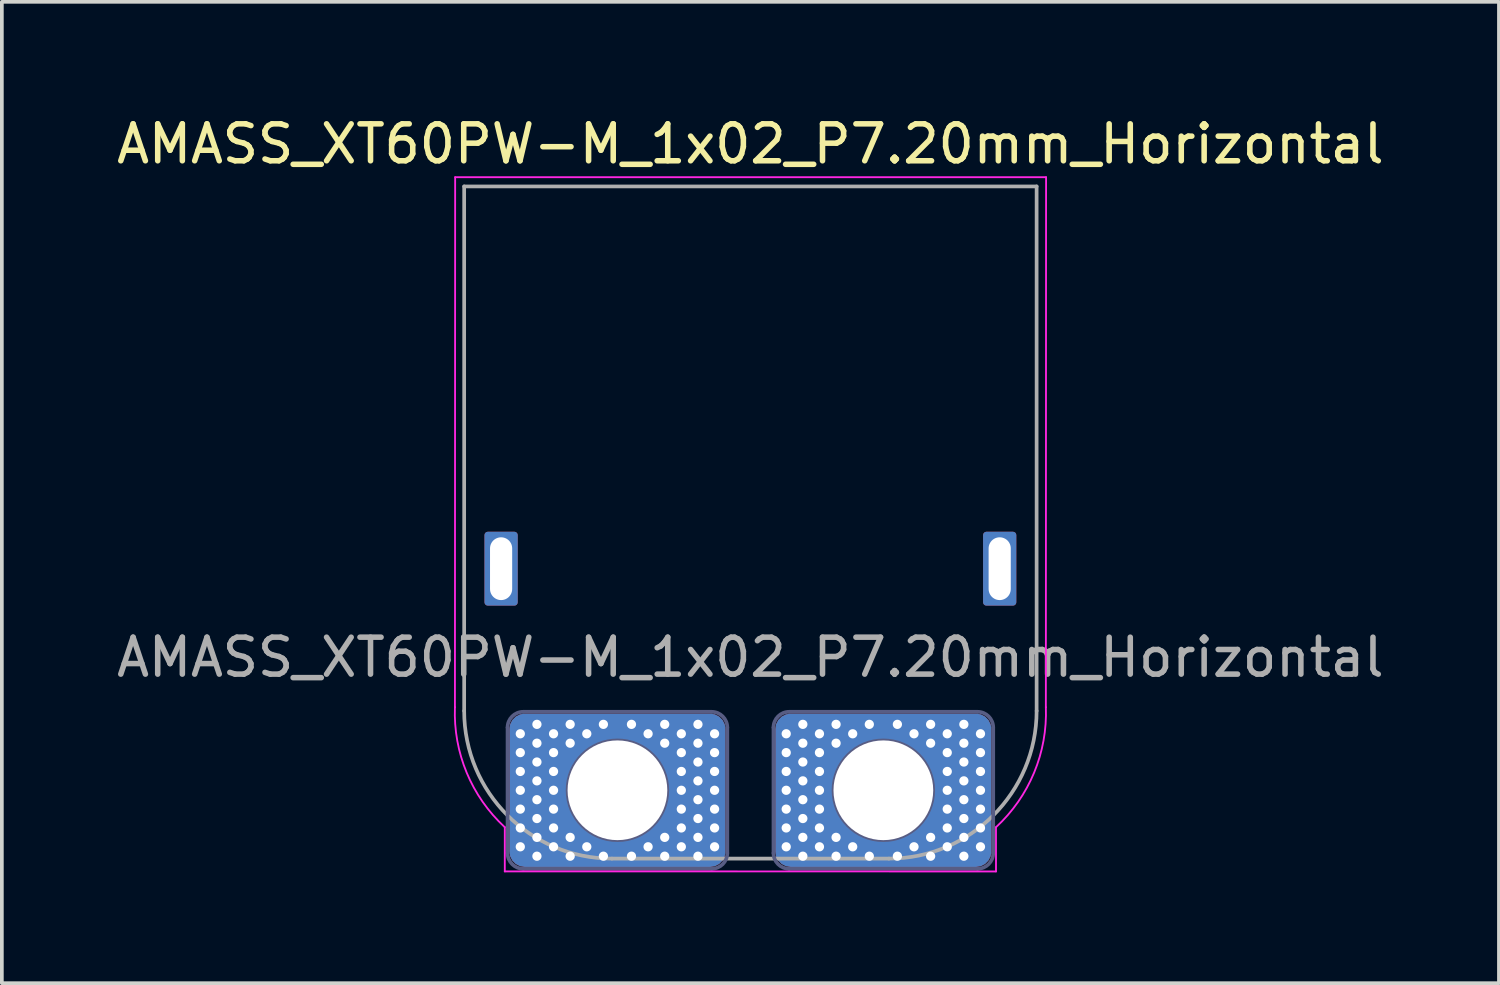
<source format=kicad_pcb>
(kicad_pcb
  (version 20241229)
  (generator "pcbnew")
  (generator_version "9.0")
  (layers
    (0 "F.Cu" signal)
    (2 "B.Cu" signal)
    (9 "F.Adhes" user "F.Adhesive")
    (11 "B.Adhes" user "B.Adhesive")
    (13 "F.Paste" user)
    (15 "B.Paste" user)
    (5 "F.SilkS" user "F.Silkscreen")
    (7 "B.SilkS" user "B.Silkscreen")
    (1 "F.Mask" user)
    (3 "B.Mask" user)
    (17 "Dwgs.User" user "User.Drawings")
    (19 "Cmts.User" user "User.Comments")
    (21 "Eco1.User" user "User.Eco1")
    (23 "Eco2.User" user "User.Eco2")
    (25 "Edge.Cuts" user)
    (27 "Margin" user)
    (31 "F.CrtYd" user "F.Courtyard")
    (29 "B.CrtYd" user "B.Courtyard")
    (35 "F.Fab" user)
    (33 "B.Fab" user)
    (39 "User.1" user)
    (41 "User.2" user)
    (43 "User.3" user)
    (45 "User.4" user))
  (footprint "AMASS_XT60PW-M_1x02_P7.20mm_Horizontal"
    (layer "F.Cu")
    (at 13.668 18.348)
    (property "Reference" "AMASS_XT60PW-M_1x02_P7.20mm_Horizontal" (at 3.6 -17.5 0) (layer "F.SilkS") (effects (font (size 1 1) (thickness 0.15))))
    (attr through_hole)
    (fp_line (start -4.394 -16.6) (end -4.4 -2.25) (stroke (width 0.05) (type solid)) (layer "F.CrtYd"))
    (fp_line (start -4.394 -16.6) (end 11.606 -16.6) (stroke (width 0.05) (type solid)) (layer "F.CrtYd"))
    (fp_line (start -3.05 1) (end -3.05 2.198) (stroke (width 0.05) (type solid)) (layer "F.CrtYd"))
    (fp_line (start 10.25 1) (end 10.25 2.198) (stroke (width 0.05) (type solid)) (layer "F.CrtYd"))
    (fp_line (start 10.25 2.198) (end -3.05 2.196) (stroke (width 0.05) (type solid)) (layer "F.CrtYd"))
    (fp_line (start 11.606 -16.6) (end 11.6 -2.25) (stroke (width 0.05) (type solid)) (layer "F.CrtYd"))
    (fp_arc (start -3.05 1) (mid -4.081743 -0.476815) (end -4.4 -2.25) (stroke (width 0.05) (type solid)) (layer "F.CrtYd"))
    (fp_arc (start 11.6 -2.25) (mid 11.281743 -0.476814) (end 10.25 1) (stroke (width 0.05) (type solid)) (layer "F.CrtYd"))
    (fp_line (start -2.975 1.7) (end -2.975 -1.7) (stroke (width 0.1) (type default)) (layer "B.Fab"))
    (fp_line (start -2.55 -2.125) (end 2.55 -2.125) (stroke (width 0.1) (type default)) (layer "B.Fab"))
    (fp_line (start 2.55 2.125) (end -2.55 2.125) (stroke (width 0.1) (type default)) (layer "B.Fab"))
    (fp_line (start 2.975 -1.7) (end 2.975 1.7) (stroke (width 0.1) (type default)) (layer "B.Fab"))
    (fp_line (start 4.225 1.7) (end 4.225 -1.7) (stroke (width 0.1) (type default)) (layer "B.Fab"))
    (fp_line (start 4.65 -2.125) (end 9.75 -2.125) (stroke (width 0.1) (type default)) (layer "B.Fab"))
    (fp_line (start 9.75 2.125) (end 4.65 2.125) (stroke (width 0.1) (type default)) (layer "B.Fab"))
    (fp_line (start 10.175 -1.7) (end 10.175 1.7) (stroke (width 0.1) (type default)) (layer "B.Fab"))
    (fp_arc (start -2.975 -1.7) (mid -2.85052 -2.00052) (end -2.55 -2.125) (stroke (width 0.1) (type default)) (layer "B.Fab"))
    (fp_arc (start -2.55 2.125) (mid -2.85052 2.00052) (end -2.975 1.7) (stroke (width 0.1) (type default)) (layer "B.Fab"))
    (fp_arc (start 2.55 -2.125) (mid 2.85052 -2.00052) (end 2.975 -1.7) (stroke (width 0.1) (type default)) (layer "B.Fab"))
    (fp_arc (start 2.975 1.7) (mid 2.85052 2.00052) (end 2.55 2.125) (stroke (width 0.1) (type default)) (layer "B.Fab"))
    (fp_arc (start 4.225 -1.7) (mid 4.34948 -2.00052) (end 4.65 -2.125) (stroke (width 0.1) (type default)) (layer "B.Fab"))
    (fp_arc (start 4.65 2.125) (mid 4.34948 2.00052) (end 4.225 1.7) (stroke (width 0.1) (type default)) (layer "B.Fab"))
    (fp_arc (start 9.75 -2.125) (mid 10.05052 -2.00052) (end 10.175 -1.7) (stroke (width 0.1) (type default)) (layer "B.Fab"))
    (fp_arc (start 10.175 1.7) (mid 10.05052 2.00052) (end 9.75 2.125) (stroke (width 0.1) (type default)) (layer "B.Fab"))
    (fp_circle (center 0 0) (end 1.35 0) (stroke (width 0.1) (type default)) (fill no) (layer "B.Fab"))
    (fp_circle (center 7.2 0) (end 8.55 0) (stroke (width 0.1) (type default)) (fill no) (layer "B.Fab"))
    (fp_line (start -4.15 -16.35) (end -4.15 -2.15) (stroke (width 0.1) (type solid)) (layer "F.Fab"))
    (fp_line (start -4.15 -16.35) (end 11.35 -16.35) (stroke (width 0.1) (type solid)) (layer "F.Fab"))
    (fp_line (start -0.15 1.85) (end 7.35 1.85) (stroke (width 0.1) (type solid)) (layer "F.Fab"))
    (fp_line (start 11.35 -16.35) (end 11.35 -2.15) (stroke (width 0.1) (type solid)) (layer "F.Fab"))
    (fp_arc (start -0.15 1.85) (mid -2.978427 0.678427) (end -4.15 -2.15) (stroke (width 0.1) (type solid)) (layer "F.Fab"))
    (fp_arc (start 11.35 -2.15) (mid 10.178427 0.678427) (end 7.35 1.85) (stroke (width 0.1) (type solid)) (layer "F.Fab"))
    (fp_circle (center -0.05 0) (end 0.2 0) (stroke (width 0.1) (type solid)) (fill no) (layer "F.Fab"))
    (fp_text user "${REFERENCE}" (at 3.6 -3.6 0) (layer "F.Fab") (effects (font (size 1 1) (thickness 0.15))))
    (pad "1" thru_hole circle (at -2.63 -1.53 90) (size 0.55 0.55) (drill 0.25) (layers "*.Cu"))
    (pad "1" thru_hole circle (at -2.63 -1.02 90) (size 0.55 0.55) (drill 0.25) (layers "*.Cu"))
    (pad "1" thru_hole circle (at -2.63 -0.51 90) (size 0.55 0.55) (drill 0.25) (layers "*.Cu"))
    (pad "1" thru_hole circle (at -2.63 0 90) (size 0.55 0.55) (drill 0.25) (layers "*.Cu"))
    (pad "1" thru_hole circle (at -2.63 0.51 90) (size 0.55 0.55) (drill 0.25) (layers "*.Cu"))
    (pad "1" thru_hole circle (at -2.63 1.02 90) (size 0.55 0.55) (drill 0.25) (layers "*.Cu"))
    (pad "1" thru_hole circle (at -2.63 1.53 90) (size 0.55 0.55) (drill 0.25) (layers "*.Cu"))
    (pad "1" thru_hole circle (at -2.18 -1.785 90) (size 0.55 0.55) (drill 0.25) (layers "*.Cu"))
    (pad "1" thru_hole circle (at -2.18 -1.275 90) (size 0.55 0.55) (drill 0.25) (layers "*.Cu"))
    (pad "1" thru_hole circle (at -2.18 -0.765 90) (size 0.55 0.55) (drill 0.25) (layers "*.Cu"))
    (pad "1" thru_hole circle (at -2.18 -0.255 90) (size 0.55 0.55) (drill 0.25) (layers "*.Cu"))
    (pad "1" thru_hole circle (at -2.18 0.255 90) (size 0.55 0.55) (drill 0.25) (layers "*.Cu"))
    (pad "1" thru_hole circle (at -2.18 0.765 90) (size 0.55 0.55) (drill 0.25) (layers "*.Cu"))
    (pad "1" thru_hole circle (at -2.18 1.275 90) (size 0.55 0.55) (drill 0.25) (layers "*.Cu"))
    (pad "1" thru_hole circle (at -2.18 1.785 90) (size 0.55 0.55) (drill 0.25) (layers "*.Cu"))
    (pad "1" thru_hole circle (at -1.73 -1.53 90) (size 0.55 0.55) (drill 0.25) (layers "*.Cu"))
    (pad "1" thru_hole circle (at -1.73 -1.02 90) (size 0.55 0.55) (drill 0.25) (layers "*.Cu"))
    (pad "1" thru_hole circle (at -1.73 -0.51 90) (size 0.55 0.55) (drill 0.25) (layers "*.Cu"))
    (pad "1" thru_hole circle (at -1.73 0 90) (size 0.55 0.55) (drill 0.25) (layers "*.Cu"))
    (pad "1" thru_hole circle (at -1.73 0.51 90) (size 0.55 0.55) (drill 0.25) (layers "*.Cu"))
    (pad "1" thru_hole circle (at -1.73 1.02 90) (size 0.55 0.55) (drill 0.25) (layers "*.Cu"))
    (pad "1" thru_hole circle (at -1.73 1.53 90) (size 0.55 0.55) (drill 0.25) (layers "*.Cu"))
    (pad "1" thru_hole circle (at -1.28 -1.785 90) (size 0.55 0.55) (drill 0.25) (layers "*.Cu"))
    (pad "1" thru_hole circle (at -1.28 -1.275 90) (size 0.55 0.55) (drill 0.25) (layers "*.Cu"))
    (pad "1" thru_hole circle (at -1.28 1.275 90) (size 0.55 0.55) (drill 0.25) (layers "*.Cu"))
    (pad "1" thru_hole circle (at -1.28 1.785 90) (size 0.55 0.55) (drill 0.25) (layers "*.Cu"))
    (pad "1" thru_hole circle (at -0.83 -1.53 90) (size 0.55 0.55) (drill 0.25) (layers "*.Cu"))
    (pad "1" thru_hole circle (at -0.83 1.53 90) (size 0.55 0.55) (drill 0.25) (layers "*.Cu"))
    (pad "1" thru_hole circle (at -0.38 -1.785 90) (size 0.55 0.55) (drill 0.25) (layers "*.Cu"))
    (pad "1" thru_hole circle (at -0.38 1.785 90) (size 0.55 0.55) (drill 0.25) (layers "*.Cu"))
    (pad "1" thru_hole roundrect (at 0 0) (size 5.85 4.15) (drill 2.7) (layers "*.Cu" "*.Mask") (roundrect_rratio 0.1))
    (pad "1" thru_hole circle (at 0.38 -1.785 270) (size 0.55 0.55) (drill 0.25) (layers "*.Cu"))
    (pad "1" thru_hole circle (at 0.38 1.785 270) (size 0.55 0.55) (drill 0.25) (layers "*.Cu"))
    (pad "1" thru_hole circle (at 0.83 -1.53 270) (size 0.55 0.55) (drill 0.25) (layers "*.Cu"))
    (pad "1" thru_hole circle (at 0.83 1.53 270) (size 0.55 0.55) (drill 0.25) (layers "*.Cu"))
    (pad "1" thru_hole circle (at 1.28 -1.785 270) (size 0.55 0.55) (drill 0.25) (layers "*.Cu"))
    (pad "1" thru_hole circle (at 1.28 -1.275 270) (size 0.55 0.55) (drill 0.25) (layers "*.Cu"))
    (pad "1" thru_hole circle (at 1.28 1.275 270) (size 0.55 0.55) (drill 0.25) (layers "*.Cu"))
    (pad "1" thru_hole circle (at 1.28 1.785 270) (size 0.55 0.55) (drill 0.25) (layers "*.Cu"))
    (pad "1" thru_hole circle (at 1.73 -1.53 270) (size 0.55 0.55) (drill 0.25) (layers "*.Cu"))
    (pad "1" thru_hole circle (at 1.73 -1.02 270) (size 0.55 0.55) (drill 0.25) (layers "*.Cu"))
    (pad "1" thru_hole circle (at 1.73 -0.51 270) (size 0.55 0.55) (drill 0.25) (layers "*.Cu"))
    (pad "1" thru_hole circle (at 1.73 0 270) (size 0.55 0.55) (drill 0.25) (layers "*.Cu"))
    (pad "1" thru_hole circle (at 1.73 0.51 270) (size 0.55 0.55) (drill 0.25) (layers "*.Cu"))
    (pad "1" thru_hole circle (at 1.73 1.02 270) (size 0.55 0.55) (drill 0.25) (layers "*.Cu"))
    (pad "1" thru_hole circle (at 1.73 1.53 270) (size 0.55 0.55) (drill 0.25) (layers "*.Cu"))
    (pad "1" thru_hole circle (at 2.18 -1.785 270) (size 0.55 0.55) (drill 0.25) (layers "*.Cu"))
    (pad "1" thru_hole circle (at 2.18 -1.275 270) (size 0.55 0.55) (drill 0.25) (layers "*.Cu"))
    (pad "1" thru_hole circle (at 2.18 -0.765 270) (size 0.55 0.55) (drill 0.25) (layers "*.Cu"))
    (pad "1" thru_hole circle (at 2.18 -0.255 270) (size 0.55 0.55) (drill 0.25) (layers "*.Cu"))
    (pad "1" thru_hole circle (at 2.18 0.255 270) (size 0.55 0.55) (drill 0.25) (layers "*.Cu"))
    (pad "1" thru_hole circle (at 2.18 0.765 270) (size 0.55 0.55) (drill 0.25) (layers "*.Cu"))
    (pad "1" thru_hole circle (at 2.18 1.275 270) (size 0.55 0.55) (drill 0.25) (layers "*.Cu"))
    (pad "1" thru_hole circle (at 2.18 1.785 270) (size 0.55 0.55) (drill 0.25) (layers "*.Cu"))
    (pad "1" thru_hole circle (at 2.63 -1.53 270) (size 0.55 0.55) (drill 0.25) (layers "*.Cu"))
    (pad "1" thru_hole circle (at 2.63 -1.02 270) (size 0.55 0.55) (drill 0.25) (layers "*.Cu"))
    (pad "1" thru_hole circle (at 2.63 -0.51 270) (size 0.55 0.55) (drill 0.25) (layers "*.Cu"))
    (pad "1" thru_hole circle (at 2.63 0 270) (size 0.55 0.55) (drill 0.25) (layers "*.Cu"))
    (pad "1" thru_hole circle (at 2.63 0.51 270) (size 0.55 0.55) (drill 0.25) (layers "*.Cu"))
    (pad "1" thru_hole circle (at 2.63 1.02 270) (size 0.55 0.55) (drill 0.25) (layers "*.Cu"))
    (pad "1" thru_hole circle (at 2.63 1.53 270) (size 0.55 0.55) (drill 0.25) (layers "*.Cu"))
    (pad "2" thru_hole circle (at 4.57 -1.53 90) (size 0.55 0.55) (drill 0.25) (layers "*.Cu"))
    (pad "2" thru_hole circle (at 4.57 -1.02 90) (size 0.55 0.55) (drill 0.25) (layers "*.Cu"))
    (pad "2" thru_hole circle (at 4.57 -0.51 90) (size 0.55 0.55) (drill 0.25) (layers "*.Cu"))
    (pad "2" thru_hole circle (at 4.57 0 90) (size 0.55 0.55) (drill 0.25) (layers "*.Cu"))
    (pad "2" thru_hole circle (at 4.57 0.51 90) (size 0.55 0.55) (drill 0.25) (layers "*.Cu"))
    (pad "2" thru_hole circle (at 4.57 1.02 90) (size 0.55 0.55) (drill 0.25) (layers "*.Cu"))
    (pad "2" thru_hole circle (at 4.57 1.53 90) (size 0.55 0.55) (drill 0.25) (layers "*.Cu"))
    (pad "2" thru_hole circle (at 5.02 -1.785 90) (size 0.55 0.55) (drill 0.25) (layers "*.Cu"))
    (pad "2" thru_hole circle (at 5.02 -1.275 90) (size 0.55 0.55) (drill 0.25) (layers "*.Cu"))
    (pad "2" thru_hole circle (at 5.02 -0.765 90) (size 0.55 0.55) (drill 0.25) (layers "*.Cu"))
    (pad "2" thru_hole circle (at 5.02 -0.255 90) (size 0.55 0.55) (drill 0.25) (layers "*.Cu"))
    (pad "2" thru_hole circle (at 5.02 0.255 90) (size 0.55 0.55) (drill 0.25) (layers "*.Cu"))
    (pad "2" thru_hole circle (at 5.02 0.765 90) (size 0.55 0.55) (drill 0.25) (layers "*.Cu"))
    (pad "2" thru_hole circle (at 5.02 1.275 90) (size 0.55 0.55) (drill 0.25) (layers "*.Cu"))
    (pad "2" thru_hole circle (at 5.02 1.785 90) (size 0.55 0.55) (drill 0.25) (layers "*.Cu"))
    (pad "2" thru_hole circle (at 5.47 -1.53 90) (size 0.55 0.55) (drill 0.25) (layers "*.Cu"))
    (pad "2" thru_hole circle (at 5.47 -1.02 90) (size 0.55 0.55) (drill 0.25) (layers "*.Cu"))
    (pad "2" thru_hole circle (at 5.47 -0.51 90) (size 0.55 0.55) (drill 0.25) (layers "*.Cu"))
    (pad "2" thru_hole circle (at 5.47 0 90) (size 0.55 0.55) (drill 0.25) (layers "*.Cu"))
    (pad "2" thru_hole circle (at 5.47 0.51 90) (size 0.55 0.55) (drill 0.25) (layers "*.Cu"))
    (pad "2" thru_hole circle (at 5.47 1.02 90) (size 0.55 0.55) (drill 0.25) (layers "*.Cu"))
    (pad "2" thru_hole circle (at 5.47 1.53 90) (size 0.55 0.55) (drill 0.25) (layers "*.Cu"))
    (pad "2" thru_hole circle (at 5.92 -1.785 90) (size 0.55 0.55) (drill 0.25) (layers "*.Cu"))
    (pad "2" thru_hole circle (at 5.92 -1.275 90) (size 0.55 0.55) (drill 0.25) (layers "*.Cu"))
    (pad "2" thru_hole circle (at 5.92 1.275 90) (size 0.55 0.55) (drill 0.25) (layers "*.Cu"))
    (pad "2" thru_hole circle (at 5.92 1.785 90) (size 0.55 0.55) (drill 0.25) (layers "*.Cu"))
    (pad "2" thru_hole circle (at 6.37 -1.53 90) (size 0.55 0.55) (drill 0.25) (layers "*.Cu"))
    (pad "2" thru_hole circle (at 6.37 1.53 90) (size 0.55 0.55) (drill 0.25) (layers "*.Cu"))
    (pad "2" thru_hole circle (at 6.82 -1.785 90) (size 0.55 0.55) (drill 0.25) (layers "*.Cu"))
    (pad "2" thru_hole circle (at 6.82 1.785 90) (size 0.55 0.55) (drill 0.25) (layers "*.Cu"))
    (pad "2" thru_hole roundrect (at 7.2 0) (size 5.85 4.15) (drill 2.7) (layers "*.Cu" "*.Mask") (roundrect_rratio 0.1))
    (pad "2" thru_hole circle (at 7.58 -1.785 270) (size 0.55 0.55) (drill 0.25) (layers "*.Cu"))
    (pad "2" thru_hole circle (at 7.58 1.785 270) (size 0.55 0.55) (drill 0.25) (layers "*.Cu"))
    (pad "2" thru_hole circle (at 8.03 -1.53 270) (size 0.55 0.55) (drill 0.25) (layers "*.Cu"))
    (pad "2" thru_hole circle (at 8.03 1.53 270) (size 0.55 0.55) (drill 0.25) (layers "*.Cu"))
    (pad "2" thru_hole circle (at 8.48 -1.785 270) (size 0.55 0.55) (drill 0.25) (layers "*.Cu"))
    (pad "2" thru_hole circle (at 8.48 -1.275 270) (size 0.55 0.55) (drill 0.25) (layers "*.Cu"))
    (pad "2" thru_hole circle (at 8.48 1.275 270) (size 0.55 0.55) (drill 0.25) (layers "*.Cu"))
    (pad "2" thru_hole circle (at 8.48 1.785 270) (size 0.55 0.55) (drill 0.25) (layers "*.Cu"))
    (pad "2" thru_hole circle (at 8.93 -1.53 270) (size 0.55 0.55) (drill 0.25) (layers "*.Cu"))
    (pad "2" thru_hole circle (at 8.93 -1.02 270) (size 0.55 0.55) (drill 0.25) (layers "*.Cu"))
    (pad "2" thru_hole circle (at 8.93 -0.51 270) (size 0.55 0.55) (drill 0.25) (layers "*.Cu"))
    (pad "2" thru_hole circle (at 8.93 0 270) (size 0.55 0.55) (drill 0.25) (layers "*.Cu"))
    (pad "2" thru_hole circle (at 8.93 0.51 270) (size 0.55 0.55) (drill 0.25) (layers "*.Cu"))
    (pad "2" thru_hole circle (at 8.93 1.02 270) (size 0.55 0.55) (drill 0.25) (layers "*.Cu"))
    (pad "2" thru_hole circle (at 8.93 1.53 270) (size 0.55 0.55) (drill 0.25) (layers "*.Cu"))
    (pad "2" thru_hole circle (at 9.38 -1.785 270) (size 0.55 0.55) (drill 0.25) (layers "*.Cu"))
    (pad "2" thru_hole circle (at 9.38 -1.275 270) (size 0.55 0.55) (drill 0.25) (layers "*.Cu"))
    (pad "2" thru_hole circle (at 9.38 -0.765 270) (size 0.55 0.55) (drill 0.25) (layers "*.Cu"))
    (pad "2" thru_hole circle (at 9.38 -0.255 270) (size 0.55 0.55) (drill 0.25) (layers "*.Cu"))
    (pad "2" thru_hole circle (at 9.38 0.255 270) (size 0.55 0.55) (drill 0.25) (layers "*.Cu"))
    (pad "2" thru_hole circle (at 9.38 0.765 270) (size 0.55 0.55) (drill 0.25) (layers "*.Cu"))
    (pad "2" thru_hole circle (at 9.38 1.275 270) (size 0.55 0.55) (drill 0.25) (layers "*.Cu"))
    (pad "2" thru_hole circle (at 9.38 1.785 270) (size 0.55 0.55) (drill 0.25) (layers "*.Cu"))
    (pad "2" thru_hole circle (at 9.83 -1.53 270) (size 0.55 0.55) (drill 0.25) (layers "*.Cu"))
    (pad "2" thru_hole circle (at 9.83 -1.02 270) (size 0.55 0.55) (drill 0.25) (layers "*.Cu"))
    (pad "2" thru_hole circle (at 9.83 -0.51 270) (size 0.55 0.55) (drill 0.25) (layers "*.Cu"))
    (pad "2" thru_hole circle (at 9.83 0 270) (size 0.55 0.55) (drill 0.25) (layers "*.Cu"))
    (pad "2" thru_hole circle (at 9.83 0.51 270) (size 0.55 0.55) (drill 0.25) (layers "*.Cu"))
    (pad "2" thru_hole circle (at 9.83 1.02 270) (size 0.55 0.55) (drill 0.25) (layers "*.Cu"))
    (pad "2" thru_hole circle (at 9.83 1.53 270) (size 0.55 0.55) (drill 0.25) (layers "*.Cu"))
    (pad "MP1" thru_hole roundrect (at -3.15 -6) (size 0.9 2) (drill oval 0.6 1.7) (layers "*.Cu" "*.Mask") (roundrect_rratio 0.1))
    (pad "MP2" thru_hole roundrect (at 10.35 -6) (size 0.9 2) (drill oval 0.6 1.7) (layers "*.Cu" "*.Mask") (roundrect_rratio 0.1)))
  (gr_rect
    (start -3 -3)
    (end 37.536 23.571)
    (stroke (width 0.1) (type default))
    (fill no)
    (layer "Edge.Cuts")))
</source>
